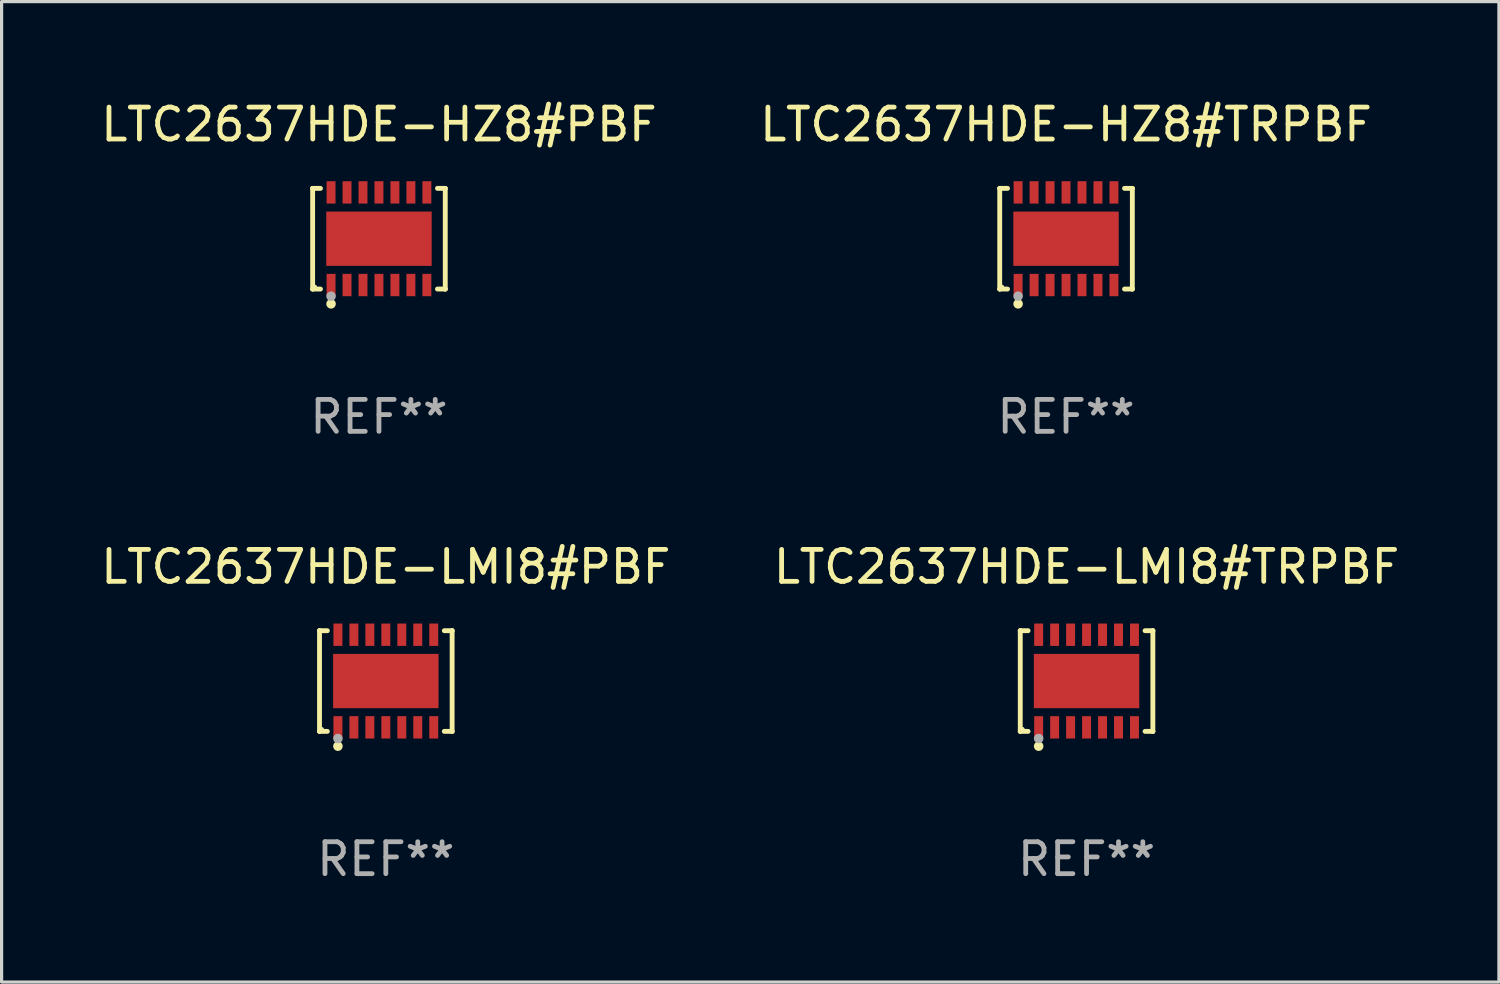
<source format=kicad_pcb>
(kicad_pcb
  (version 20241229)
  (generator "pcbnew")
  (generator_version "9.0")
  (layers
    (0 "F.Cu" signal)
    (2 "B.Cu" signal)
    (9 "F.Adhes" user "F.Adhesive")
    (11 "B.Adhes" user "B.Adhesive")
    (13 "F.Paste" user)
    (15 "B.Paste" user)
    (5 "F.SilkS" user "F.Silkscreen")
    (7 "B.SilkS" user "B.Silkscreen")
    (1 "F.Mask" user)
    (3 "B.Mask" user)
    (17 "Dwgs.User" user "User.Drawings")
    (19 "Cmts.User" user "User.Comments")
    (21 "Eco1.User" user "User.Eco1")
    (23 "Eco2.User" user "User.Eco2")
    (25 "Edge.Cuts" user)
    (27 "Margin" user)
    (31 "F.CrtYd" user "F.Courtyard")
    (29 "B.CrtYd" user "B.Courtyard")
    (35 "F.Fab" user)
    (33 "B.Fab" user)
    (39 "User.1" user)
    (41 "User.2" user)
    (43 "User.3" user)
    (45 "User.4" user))
  (footprint "LTC2637HDE-LMI8#TRPBF"
    (layer "F.Cu")
    (at 30.97 18.273)
    (property "Reference" "LTC2637HDE-LMI8#TRPBF" (at 0 -3.576 0) (layer "F.SilkS") (effects (font (size 1 1) (thickness 0.15))))
    (attr through_hole)
    (fp_line (start -2.076 -1.576) (end -2.076 -1.576) (stroke (width 0.152) (type solid)) (layer "F.SilkS"))
    (fp_line (start -2.076 -1.576) (end -1.831 -1.576) (stroke (width 0.152) (type solid)) (layer "F.SilkS"))
    (fp_line (start -2.076 1.576) (end -2.076 -1.576) (stroke (width 0.152) (type solid)) (layer "F.SilkS"))
    (fp_line (start -2.076 1.576) (end -2.076 1.576) (stroke (width 0.152) (type solid)) (layer "F.SilkS"))
    (fp_line (start -1.831 1.576) (end -2.076 1.576) (stroke (width 0.152) (type solid)) (layer "F.SilkS"))
    (fp_line (start 1.831 1.576) (end 2.076 1.576) (stroke (width 0.152) (type solid)) (layer "F.SilkS"))
    (fp_line (start 2.076 -1.576) (end 1.831 -1.576) (stroke (width 0.152) (type solid)) (layer "F.SilkS"))
    (fp_line (start 2.076 -1.576) (end 2.076 -1.576) (stroke (width 0.152) (type solid)) (layer "F.SilkS"))
    (fp_line (start 2.076 1.576) (end 2.076 -1.576) (stroke (width 0.152) (type solid)) (layer "F.SilkS"))
    (fp_line (start 2.076 1.576) (end 2.076 1.576) (stroke (width 0.152) (type solid)) (layer "F.SilkS"))
    (fp_circle (center -2 1.5) (end -1.97 1.5) (stroke (width 0.06) (type solid)) (fill no) (layer "F.SilkS"))
    (fp_circle (center -1.5 2.04) (end -1.425 2.04) (stroke (width 0.15) (type solid)) (fill no) (layer "F.SilkS"))
    (fp_circle (center -1.5 1.8) (end -1.425 1.8) (stroke (width 0.15) (type solid)) (fill no) (layer "F.Fab"))
    (fp_text user "REF**" (at 0 5.576 0) (layer "F.Fab") (effects (font (size 1 1) (thickness 0.15))))
    (pad "1" smd rect (at -1.5 1.45) (size 0.28 0.7) (layers "F.Cu" "F.Mask" "F.Paste"))
    (pad "2" smd rect (at -1 1.45) (size 0.28 0.7) (layers "F.Cu" "F.Mask" "F.Paste"))
    (pad "3" smd rect (at -0.5 1.45) (size 0.28 0.7) (layers "F.Cu" "F.Mask" "F.Paste"))
    (pad "4" smd rect (at 0 1.45) (size 0.28 0.7) (layers "F.Cu" "F.Mask" "F.Paste"))
    (pad "5" smd rect (at 0.5 1.45) (size 0.28 0.7) (layers "F.Cu" "F.Mask" "F.Paste"))
    (pad "6" smd rect (at 1 1.45) (size 0.28 0.7) (layers "F.Cu" "F.Mask" "F.Paste"))
    (pad "7" smd rect (at 1.5 1.45) (size 0.28 0.7) (layers "F.Cu" "F.Mask" "F.Paste"))
    (pad "8" smd rect (at 1.5 -1.45) (size 0.28 0.7) (layers "F.Cu" "F.Mask" "F.Paste"))
    (pad "9" smd rect (at 1 -1.45) (size 0.28 0.7) (layers "F.Cu" "F.Mask" "F.Paste"))
    (pad "10" smd rect (at 0.5 -1.45) (size 0.28 0.7) (layers "F.Cu" "F.Mask" "F.Paste"))
    (pad "11" smd rect (at 0 -1.45) (size 0.28 0.7) (layers "F.Cu" "F.Mask" "F.Paste"))
    (pad "12" smd rect (at -0.5 -1.45) (size 0.28 0.7) (layers "F.Cu" "F.Mask" "F.Paste"))
    (pad "13" smd rect (at -1 -1.45) (size 0.28 0.7) (layers "F.Cu" "F.Mask" "F.Paste"))
    (pad "14" smd rect (at -1.5 -1.45) (size 0.28 0.7) (layers "F.Cu" "F.Mask" "F.Paste"))
    (pad "15" smd rect (at 0 0) (size 3.3 1.7) (layers "F.Cu" "F.Mask" "F.Paste")))
  (footprint "LTC2637HDE-HZ8#TRPBF"
    (layer "F.Cu")
    (at 30.327 4.424)
    (property "Reference" "LTC2637HDE-HZ8#TRPBF" (at 0 -3.576 0) (layer "F.SilkS") (effects (font (size 1 1) (thickness 0.15))))
    (attr through_hole)
    (fp_line (start -2.076 -1.576) (end -2.076 -1.576) (stroke (width 0.152) (type solid)) (layer "F.SilkS"))
    (fp_line (start -2.076 -1.576) (end -1.831 -1.576) (stroke (width 0.152) (type solid)) (layer "F.SilkS"))
    (fp_line (start -2.076 1.576) (end -2.076 -1.576) (stroke (width 0.152) (type solid)) (layer "F.SilkS"))
    (fp_line (start -2.076 1.576) (end -2.076 1.576) (stroke (width 0.152) (type solid)) (layer "F.SilkS"))
    (fp_line (start -1.831 1.576) (end -2.076 1.576) (stroke (width 0.152) (type solid)) (layer "F.SilkS"))
    (fp_line (start 1.831 1.576) (end 2.076 1.576) (stroke (width 0.152) (type solid)) (layer "F.SilkS"))
    (fp_line (start 2.076 -1.576) (end 1.831 -1.576) (stroke (width 0.152) (type solid)) (layer "F.SilkS"))
    (fp_line (start 2.076 -1.576) (end 2.076 -1.576) (stroke (width 0.152) (type solid)) (layer "F.SilkS"))
    (fp_line (start 2.076 1.576) (end 2.076 -1.576) (stroke (width 0.152) (type solid)) (layer "F.SilkS"))
    (fp_line (start 2.076 1.576) (end 2.076 1.576) (stroke (width 0.152) (type solid)) (layer "F.SilkS"))
    (fp_circle (center -2 1.5) (end -1.97 1.5) (stroke (width 0.06) (type solid)) (fill no) (layer "F.SilkS"))
    (fp_circle (center -1.5 2.04) (end -1.425 2.04) (stroke (width 0.15) (type solid)) (fill no) (layer "F.SilkS"))
    (fp_circle (center -1.5 1.8) (end -1.425 1.8) (stroke (width 0.15) (type solid)) (fill no) (layer "F.Fab"))
    (fp_text user "REF**" (at 0 5.576 0) (layer "F.Fab") (effects (font (size 1 1) (thickness 0.15))))
    (pad "1" smd rect (at -1.5 1.45) (size 0.28 0.7) (layers "F.Cu" "F.Mask" "F.Paste"))
    (pad "2" smd rect (at -1 1.45) (size 0.28 0.7) (layers "F.Cu" "F.Mask" "F.Paste"))
    (pad "3" smd rect (at -0.5 1.45) (size 0.28 0.7) (layers "F.Cu" "F.Mask" "F.Paste"))
    (pad "4" smd rect (at 0 1.45) (size 0.28 0.7) (layers "F.Cu" "F.Mask" "F.Paste"))
    (pad "5" smd rect (at 0.5 1.45) (size 0.28 0.7) (layers "F.Cu" "F.Mask" "F.Paste"))
    (pad "6" smd rect (at 1 1.45) (size 0.28 0.7) (layers "F.Cu" "F.Mask" "F.Paste"))
    (pad "7" smd rect (at 1.5 1.45) (size 0.28 0.7) (layers "F.Cu" "F.Mask" "F.Paste"))
    (pad "8" smd rect (at 1.5 -1.45) (size 0.28 0.7) (layers "F.Cu" "F.Mask" "F.Paste"))
    (pad "9" smd rect (at 1 -1.45) (size 0.28 0.7) (layers "F.Cu" "F.Mask" "F.Paste"))
    (pad "10" smd rect (at 0.5 -1.45) (size 0.28 0.7) (layers "F.Cu" "F.Mask" "F.Paste"))
    (pad "11" smd rect (at 0 -1.45) (size 0.28 0.7) (layers "F.Cu" "F.Mask" "F.Paste"))
    (pad "12" smd rect (at -0.5 -1.45) (size 0.28 0.7) (layers "F.Cu" "F.Mask" "F.Paste"))
    (pad "13" smd rect (at -1 -1.45) (size 0.28 0.7) (layers "F.Cu" "F.Mask" "F.Paste"))
    (pad "14" smd rect (at -1.5 -1.45) (size 0.28 0.7) (layers "F.Cu" "F.Mask" "F.Paste"))
    (pad "15" smd rect (at 0 0) (size 3.3 1.7) (layers "F.Cu" "F.Mask" "F.Paste")))
  (footprint "LTC2637HDE-LMI8#PBF"
    (layer "F.Cu")
    (at 9.03 18.273)
    (property "Reference" "LTC2637HDE-LMI8#PBF" (at 0 -3.576 0) (layer "F.SilkS") (effects (font (size 1 1) (thickness 0.15))))
    (attr through_hole)
    (fp_line (start -2.076 -1.576) (end -2.076 -1.576) (stroke (width 0.152) (type solid)) (layer "F.SilkS"))
    (fp_line (start -2.076 -1.576) (end -1.831 -1.576) (stroke (width 0.152) (type solid)) (layer "F.SilkS"))
    (fp_line (start -2.076 1.576) (end -2.076 -1.576) (stroke (width 0.152) (type solid)) (layer "F.SilkS"))
    (fp_line (start -2.076 1.576) (end -2.076 1.576) (stroke (width 0.152) (type solid)) (layer "F.SilkS"))
    (fp_line (start -1.831 1.576) (end -2.076 1.576) (stroke (width 0.152) (type solid)) (layer "F.SilkS"))
    (fp_line (start 1.831 1.576) (end 2.076 1.576) (stroke (width 0.152) (type solid)) (layer "F.SilkS"))
    (fp_line (start 2.076 -1.576) (end 1.831 -1.576) (stroke (width 0.152) (type solid)) (layer "F.SilkS"))
    (fp_line (start 2.076 -1.576) (end 2.076 -1.576) (stroke (width 0.152) (type solid)) (layer "F.SilkS"))
    (fp_line (start 2.076 1.576) (end 2.076 -1.576) (stroke (width 0.152) (type solid)) (layer "F.SilkS"))
    (fp_line (start 2.076 1.576) (end 2.076 1.576) (stroke (width 0.152) (type solid)) (layer "F.SilkS"))
    (fp_circle (center -2 1.5) (end -1.97 1.5) (stroke (width 0.06) (type solid)) (fill no) (layer "F.SilkS"))
    (fp_circle (center -1.5 2.04) (end -1.425 2.04) (stroke (width 0.15) (type solid)) (fill no) (layer "F.SilkS"))
    (fp_circle (center -1.5 1.8) (end -1.425 1.8) (stroke (width 0.15) (type solid)) (fill no) (layer "F.Fab"))
    (fp_text user "REF**" (at 0 5.576 0) (layer "F.Fab") (effects (font (size 1 1) (thickness 0.15))))
    (pad "1" smd rect (at -1.5 1.45) (size 0.28 0.7) (layers "F.Cu" "F.Mask" "F.Paste"))
    (pad "2" smd rect (at -1 1.45) (size 0.28 0.7) (layers "F.Cu" "F.Mask" "F.Paste"))
    (pad "3" smd rect (at -0.5 1.45) (size 0.28 0.7) (layers "F.Cu" "F.Mask" "F.Paste"))
    (pad "4" smd rect (at 0 1.45) (size 0.28 0.7) (layers "F.Cu" "F.Mask" "F.Paste"))
    (pad "5" smd rect (at 0.5 1.45) (size 0.28 0.7) (layers "F.Cu" "F.Mask" "F.Paste"))
    (pad "6" smd rect (at 1 1.45) (size 0.28 0.7) (layers "F.Cu" "F.Mask" "F.Paste"))
    (pad "7" smd rect (at 1.5 1.45) (size 0.28 0.7) (layers "F.Cu" "F.Mask" "F.Paste"))
    (pad "8" smd rect (at 1.5 -1.45) (size 0.28 0.7) (layers "F.Cu" "F.Mask" "F.Paste"))
    (pad "9" smd rect (at 1 -1.45) (size 0.28 0.7) (layers "F.Cu" "F.Mask" "F.Paste"))
    (pad "10" smd rect (at 0.5 -1.45) (size 0.28 0.7) (layers "F.Cu" "F.Mask" "F.Paste"))
    (pad "11" smd rect (at 0 -1.45) (size 0.28 0.7) (layers "F.Cu" "F.Mask" "F.Paste"))
    (pad "12" smd rect (at -0.5 -1.45) (size 0.28 0.7) (layers "F.Cu" "F.Mask" "F.Paste"))
    (pad "13" smd rect (at -1 -1.45) (size 0.28 0.7) (layers "F.Cu" "F.Mask" "F.Paste"))
    (pad "14" smd rect (at -1.5 -1.45) (size 0.28 0.7) (layers "F.Cu" "F.Mask" "F.Paste"))
    (pad "15" smd rect (at 0 0) (size 3.3 1.7) (layers "F.Cu" "F.Mask" "F.Paste")))
  (footprint "LTC2637HDE-HZ8#PBF"
    (layer "F.Cu")
    (at 8.815 4.424)
    (property "Reference" "LTC2637HDE-HZ8#PBF" (at 0 -3.576 0) (layer "F.SilkS") (effects (font (size 1 1) (thickness 0.15))))
    (attr through_hole)
    (fp_line (start -2.076 -1.576) (end -2.076 -1.576) (stroke (width 0.152) (type solid)) (layer "F.SilkS"))
    (fp_line (start -2.076 -1.576) (end -1.831 -1.576) (stroke (width 0.152) (type solid)) (layer "F.SilkS"))
    (fp_line (start -2.076 1.576) (end -2.076 -1.576) (stroke (width 0.152) (type solid)) (layer "F.SilkS"))
    (fp_line (start -2.076 1.576) (end -2.076 1.576) (stroke (width 0.152) (type solid)) (layer "F.SilkS"))
    (fp_line (start -1.831 1.576) (end -2.076 1.576) (stroke (width 0.152) (type solid)) (layer "F.SilkS"))
    (fp_line (start 1.831 1.576) (end 2.076 1.576) (stroke (width 0.152) (type solid)) (layer "F.SilkS"))
    (fp_line (start 2.076 -1.576) (end 1.831 -1.576) (stroke (width 0.152) (type solid)) (layer "F.SilkS"))
    (fp_line (start 2.076 -1.576) (end 2.076 -1.576) (stroke (width 0.152) (type solid)) (layer "F.SilkS"))
    (fp_line (start 2.076 1.576) (end 2.076 -1.576) (stroke (width 0.152) (type solid)) (layer "F.SilkS"))
    (fp_line (start 2.076 1.576) (end 2.076 1.576) (stroke (width 0.152) (type solid)) (layer "F.SilkS"))
    (fp_circle (center -2 1.5) (end -1.97 1.5) (stroke (width 0.06) (type solid)) (fill no) (layer "F.SilkS"))
    (fp_circle (center -1.5 2.04) (end -1.425 2.04) (stroke (width 0.15) (type solid)) (fill no) (layer "F.SilkS"))
    (fp_circle (center -1.5 1.8) (end -1.425 1.8) (stroke (width 0.15) (type solid)) (fill no) (layer "F.Fab"))
    (fp_text user "REF**" (at 0 5.576 0) (layer "F.Fab") (effects (font (size 1 1) (thickness 0.15))))
    (pad "1" smd rect (at -1.5 1.45) (size 0.28 0.7) (layers "F.Cu" "F.Mask" "F.Paste"))
    (pad "2" smd rect (at -1 1.45) (size 0.28 0.7) (layers "F.Cu" "F.Mask" "F.Paste"))
    (pad "3" smd rect (at -0.5 1.45) (size 0.28 0.7) (layers "F.Cu" "F.Mask" "F.Paste"))
    (pad "4" smd rect (at 0 1.45) (size 0.28 0.7) (layers "F.Cu" "F.Mask" "F.Paste"))
    (pad "5" smd rect (at 0.5 1.45) (size 0.28 0.7) (layers "F.Cu" "F.Mask" "F.Paste"))
    (pad "6" smd rect (at 1 1.45) (size 0.28 0.7) (layers "F.Cu" "F.Mask" "F.Paste"))
    (pad "7" smd rect (at 1.5 1.45) (size 0.28 0.7) (layers "F.Cu" "F.Mask" "F.Paste"))
    (pad "8" smd rect (at 1.5 -1.45) (size 0.28 0.7) (layers "F.Cu" "F.Mask" "F.Paste"))
    (pad "9" smd rect (at 1 -1.45) (size 0.28 0.7) (layers "F.Cu" "F.Mask" "F.Paste"))
    (pad "10" smd rect (at 0.5 -1.45) (size 0.28 0.7) (layers "F.Cu" "F.Mask" "F.Paste"))
    (pad "11" smd rect (at 0 -1.45) (size 0.28 0.7) (layers "F.Cu" "F.Mask" "F.Paste"))
    (pad "12" smd rect (at -0.5 -1.45) (size 0.28 0.7) (layers "F.Cu" "F.Mask" "F.Paste"))
    (pad "13" smd rect (at -1 -1.45) (size 0.28 0.7) (layers "F.Cu" "F.Mask" "F.Paste"))
    (pad "14" smd rect (at -1.5 -1.45) (size 0.28 0.7) (layers "F.Cu" "F.Mask" "F.Paste"))
    (pad "15" smd rect (at 0 0) (size 3.3 1.7) (layers "F.Cu" "F.Mask" "F.Paste")))
  (gr_rect
    (start -3 -3)
    (end 43.881 27.698)
    (stroke (width 0.1) (type default))
    (fill no)
    (layer "Edge.Cuts")))
</source>
